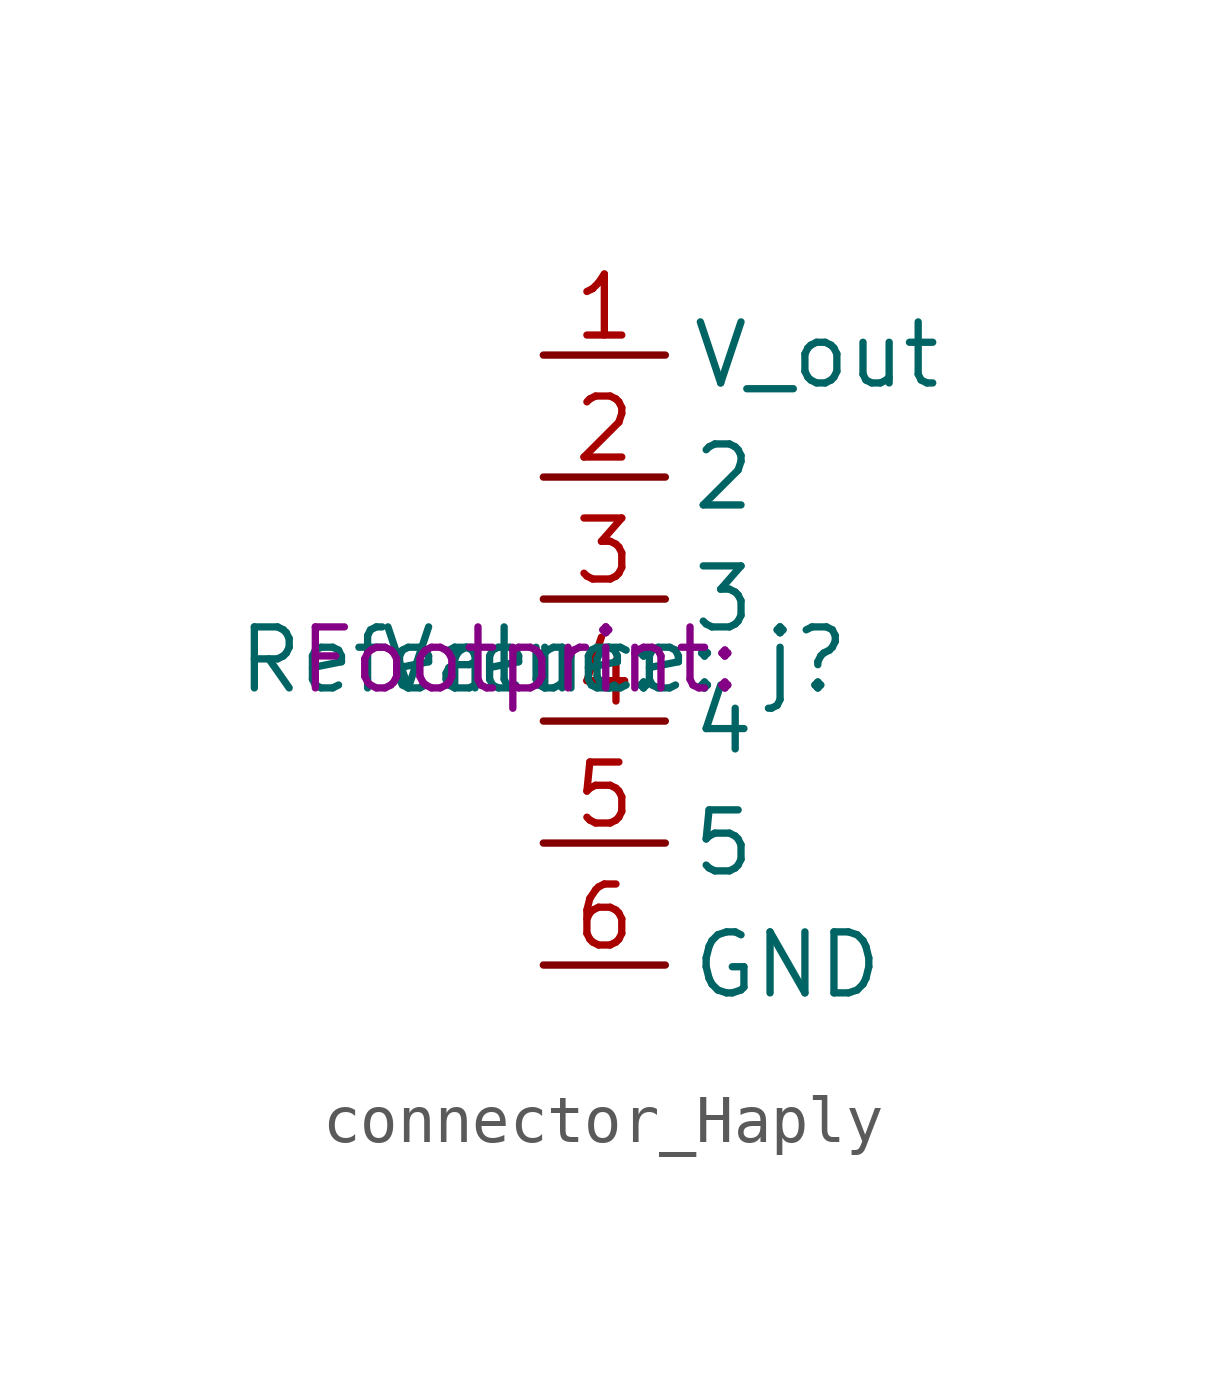
<source format=kicad_sym>
(kicad_symbol_lib
  (version 20220914)
  (generator kicad_symbol_editor)
  (symbol "connector_Haply"
    (property "Reference" "j"
      (at 0 0 0)
      (show_name)
      (effects (font (size 1.27 1.27))))
    (property "Value" ""
      (at 0 0 0)
      (show_name)
      (effects (font (size 1.27 1.27))))
    (property "Footprint" ""
      (at 0 0 0)
      (show_name)
      (effects (font (size 1.27 1.27))))
    (symbol "connector_Haply_1_1"
      (pin output line (at 0 6.35 0) (length 2.54) (name "V_out" (effects (font (size 1.27 1.27)))) (number "1" (effects (font (size 1.27 1.27)))))
      (pin output line (at 0 3.81 0) (length 2.54) (name "2" (effects (font (size 1.27 1.27)))) (number "2" (effects (font (size 1.27 1.27)))))
      (pin output line (at 0 1.27 0) (length 2.54) (name "3" (effects (font (size 1.27 1.27)))) (number "3" (effects (font (size 1.27 1.27)))))
      (pin output line (at 0 -1.27 0) (length 2.54) (name "4" (effects (font (size 1.27 1.27)))) (number "4" (effects (font (size 1.27 1.27)))))
      (pin output line (at 0 -3.81 0) (length 2.54) (name "5" (effects (font (size 1.27 1.27)))) (number "5" (effects (font (size 1.27 1.27)))))
      (pin output line (at 0 -6.35 0) (length 2.54) (name "GND" (effects (font (size 1.27 1.27)))) (number "6" (effects (font (size 1.27 1.27))))))))
</source>
